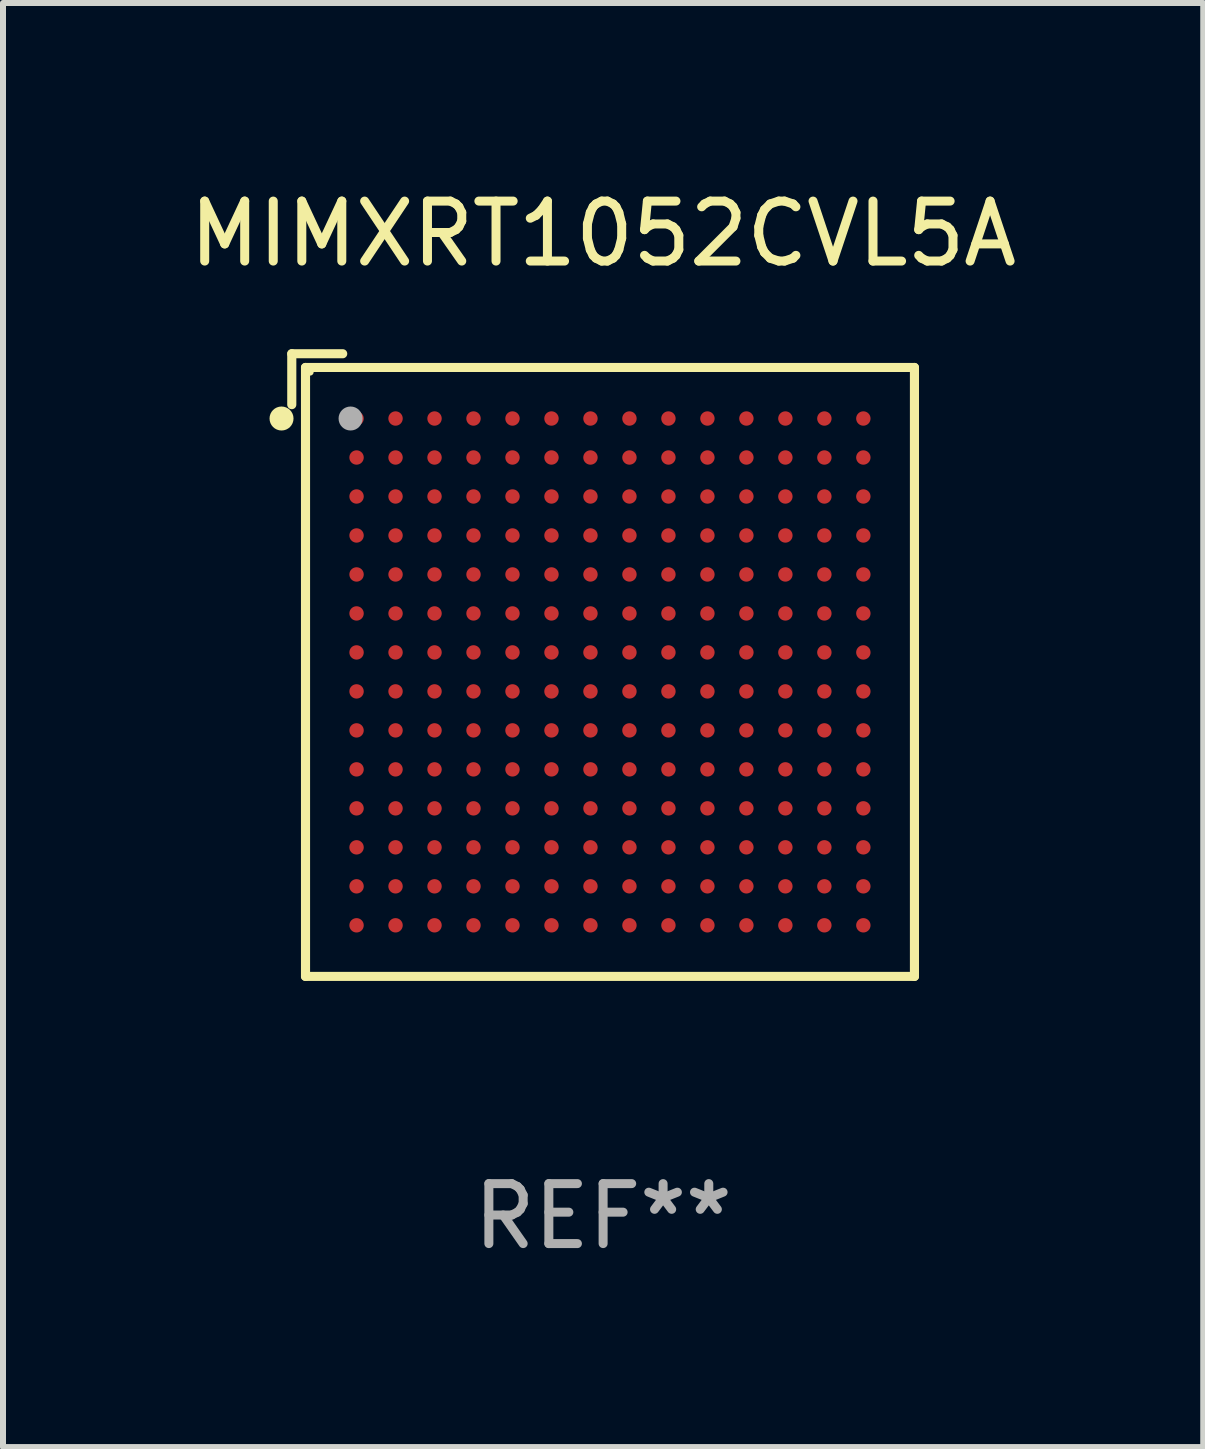
<source format=kicad_pcb>
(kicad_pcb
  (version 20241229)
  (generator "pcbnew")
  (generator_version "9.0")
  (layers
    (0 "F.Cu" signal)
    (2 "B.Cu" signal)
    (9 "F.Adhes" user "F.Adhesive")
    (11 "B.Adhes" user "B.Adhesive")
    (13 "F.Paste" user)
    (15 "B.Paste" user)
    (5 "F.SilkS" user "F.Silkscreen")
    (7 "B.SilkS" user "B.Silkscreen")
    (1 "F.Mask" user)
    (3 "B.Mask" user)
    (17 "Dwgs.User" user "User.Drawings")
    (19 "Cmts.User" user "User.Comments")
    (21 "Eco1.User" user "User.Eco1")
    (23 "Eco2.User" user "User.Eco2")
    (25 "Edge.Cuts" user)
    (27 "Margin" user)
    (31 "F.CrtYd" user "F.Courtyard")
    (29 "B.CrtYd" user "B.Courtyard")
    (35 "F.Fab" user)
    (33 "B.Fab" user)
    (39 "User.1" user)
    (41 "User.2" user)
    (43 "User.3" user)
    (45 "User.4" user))
  (footprint "MIMXRT1052CVL5A"
    (layer "F.Cu")
    (at 7.006 8.039)
    (property "Reference" "MIMXRT1052CVL5A" (at 0 -7.191 0) (layer "F.SilkS") (effects (font (size 1 1) (thickness 0.15))))
    (attr through_hole)
    (fp_line (start -5.191 -5.191) (end -5.191 -4.342) (stroke (width 0.152) (type solid)) (layer "F.SilkS"))
    (fp_line (start -4.962 -4.962) (end 5.191 -4.962) (stroke (width 0.152) (type solid)) (layer "F.SilkS"))
    (fp_line (start -4.962 5.191) (end -4.962 -4.962) (stroke (width 0.152) (type solid)) (layer "F.SilkS"))
    (fp_line (start -4.342 -5.191) (end -5.191 -5.191) (stroke (width 0.152) (type solid)) (layer "F.SilkS"))
    (fp_line (start 5.191 -4.962) (end 5.191 5.191) (stroke (width 0.152) (type solid)) (layer "F.SilkS"))
    (fp_line (start 5.191 5.191) (end -4.962 5.191) (stroke (width 0.152) (type solid)) (layer "F.SilkS"))
    (fp_circle (center -5.362 -4.111) (end -5.262 -4.111) (stroke (width 0.2) (type solid)) (fill no) (layer "F.SilkS"))
    (fp_circle (center -4.886 -4.886) (end -4.856 -4.886) (stroke (width 0.06) (type solid)) (fill no) (layer "F.SilkS"))
    (fp_circle (center -4.211 -4.111) (end -4.111 -4.111) (stroke (width 0.2) (type solid)) (fill no) (layer "F.Fab"))
    (fp_text user "REF**" (at 0 9.191 0) (layer "F.Fab") (effects (font (size 1 1) (thickness 0.15))))
    (pad "A1" smd circle (at -4.111 -4.111) (size 0.24 0.24) (layers "F.Cu" "F.Mask" "F.Paste"))
    (pad "A2" smd circle (at -3.461 -4.111) (size 0.24 0.24) (layers "F.Cu" "F.Mask" "F.Paste"))
    (pad "A3" smd circle (at -2.811 -4.111) (size 0.24 0.24) (layers "F.Cu" "F.Mask" "F.Paste"))
    (pad "A4" smd circle (at -2.161 -4.111) (size 0.24 0.24) (layers "F.Cu" "F.Mask" "F.Paste"))
    (pad "A5" smd circle (at -1.511 -4.111) (size 0.24 0.24) (layers "F.Cu" "F.Mask" "F.Paste"))
    (pad "A6" smd circle (at -0.861 -4.111) (size 0.24 0.24) (layers "F.Cu" "F.Mask" "F.Paste"))
    (pad "A7" smd circle (at -0.211 -4.111) (size 0.24 0.24) (layers "F.Cu" "F.Mask" "F.Paste"))
    (pad "A8" smd circle (at 0.439 -4.111) (size 0.24 0.24) (layers "F.Cu" "F.Mask" "F.Paste"))
    (pad "A9" smd circle (at 1.089 -4.111) (size 0.24 0.24) (layers "F.Cu" "F.Mask" "F.Paste"))
    (pad "A10" smd circle (at 1.739 -4.111) (size 0.24 0.24) (layers "F.Cu" "F.Mask" "F.Paste"))
    (pad "A11" smd circle (at 2.389 -4.111) (size 0.24 0.24) (layers "F.Cu" "F.Mask" "F.Paste"))
    (pad "A12" smd circle (at 3.039 -4.111) (size 0.24 0.24) (layers "F.Cu" "F.Mask" "F.Paste"))
    (pad "A13" smd circle (at 3.689 -4.111) (size 0.24 0.24) (layers "F.Cu" "F.Mask" "F.Paste"))
    (pad "A14" smd circle (at 4.339 -4.111) (size 0.24 0.24) (layers "F.Cu" "F.Mask" "F.Paste"))
    (pad "B1" smd circle (at -4.111 -3.461) (size 0.24 0.24) (layers "F.Cu" "F.Mask" "F.Paste"))
    (pad "B2" smd circle (at -3.461 -3.461) (size 0.24 0.24) (layers "F.Cu" "F.Mask" "F.Paste"))
    (pad "B3" smd circle (at -2.811 -3.461) (size 0.24 0.24) (layers "F.Cu" "F.Mask" "F.Paste"))
    (pad "B4" smd circle (at -2.161 -3.461) (size 0.24 0.24) (layers "F.Cu" "F.Mask" "F.Paste"))
    (pad "B5" smd circle (at -1.511 -3.461) (size 0.24 0.24) (layers "F.Cu" "F.Mask" "F.Paste"))
    (pad "B6" smd circle (at -0.861 -3.461) (size 0.24 0.24) (layers "F.Cu" "F.Mask" "F.Paste"))
    (pad "B7" smd circle (at -0.211 -3.461) (size 0.24 0.24) (layers "F.Cu" "F.Mask" "F.Paste"))
    (pad "B8" smd circle (at 0.439 -3.461) (size 0.24 0.24) (layers "F.Cu" "F.Mask" "F.Paste"))
    (pad "B9" smd circle (at 1.089 -3.461) (size 0.24 0.24) (layers "F.Cu" "F.Mask" "F.Paste"))
    (pad "B10" smd circle (at 1.739 -3.461) (size 0.24 0.24) (layers "F.Cu" "F.Mask" "F.Paste"))
    (pad "B11" smd circle (at 2.389 -3.461) (size 0.24 0.24) (layers "F.Cu" "F.Mask" "F.Paste"))
    (pad "B12" smd circle (at 3.039 -3.461) (size 0.24 0.24) (layers "F.Cu" "F.Mask" "F.Paste"))
    (pad "B13" smd circle (at 3.689 -3.461) (size 0.24 0.24) (layers "F.Cu" "F.Mask" "F.Paste"))
    (pad "B14" smd circle (at 4.339 -3.461) (size 0.24 0.24) (layers "F.Cu" "F.Mask" "F.Paste"))
    (pad "C1" smd circle (at -4.111 -2.811) (size 0.24 0.24) (layers "F.Cu" "F.Mask" "F.Paste"))
    (pad "C2" smd circle (at -3.461 -2.811) (size 0.24 0.24) (layers "F.Cu" "F.Mask" "F.Paste"))
    (pad "C3" smd circle (at -2.811 -2.811) (size 0.24 0.24) (layers "F.Cu" "F.Mask" "F.Paste"))
    (pad "C4" smd circle (at -2.161 -2.811) (size 0.24 0.24) (layers "F.Cu" "F.Mask" "F.Paste"))
    (pad "C5" smd circle (at -1.511 -2.811) (size 0.24 0.24) (layers "F.Cu" "F.Mask" "F.Paste"))
    (pad "C6" smd circle (at -0.861 -2.811) (size 0.24 0.24) (layers "F.Cu" "F.Mask" "F.Paste"))
    (pad "C7" smd circle (at -0.211 -2.811) (size 0.24 0.24) (layers "F.Cu" "F.Mask" "F.Paste"))
    (pad "C8" smd circle (at 0.439 -2.811) (size 0.24 0.24) (layers "F.Cu" "F.Mask" "F.Paste"))
    (pad "C9" smd circle (at 1.089 -2.811) (size 0.24 0.24) (layers "F.Cu" "F.Mask" "F.Paste"))
    (pad "C10" smd circle (at 1.739 -2.811) (size 0.24 0.24) (layers "F.Cu" "F.Mask" "F.Paste"))
    (pad "C11" smd circle (at 2.389 -2.811) (size 0.24 0.24) (layers "F.Cu" "F.Mask" "F.Paste"))
    (pad "C12" smd circle (at 3.039 -2.811) (size 0.24 0.24) (layers "F.Cu" "F.Mask" "F.Paste"))
    (pad "C13" smd circle (at 3.689 -2.811) (size 0.24 0.24) (layers "F.Cu" "F.Mask" "F.Paste"))
    (pad "C14" smd circle (at 4.339 -2.811) (size 0.24 0.24) (layers "F.Cu" "F.Mask" "F.Paste"))
    (pad "D1" smd circle (at -4.111 -2.161) (size 0.24 0.24) (layers "F.Cu" "F.Mask" "F.Paste"))
    (pad "D2" smd circle (at -3.461 -2.161) (size 0.24 0.24) (layers "F.Cu" "F.Mask" "F.Paste"))
    (pad "D3" smd circle (at -2.811 -2.161) (size 0.24 0.24) (layers "F.Cu" "F.Mask" "F.Paste"))
    (pad "D4" smd circle (at -2.161 -2.161) (size 0.24 0.24) (layers "F.Cu" "F.Mask" "F.Paste"))
    (pad "D5" smd circle (at -1.511 -2.161) (size 0.24 0.24) (layers "F.Cu" "F.Mask" "F.Paste"))
    (pad "D6" smd circle (at -0.861 -2.161) (size 0.24 0.24) (layers "F.Cu" "F.Mask" "F.Paste"))
    (pad "D7" smd circle (at -0.211 -2.161) (size 0.24 0.24) (layers "F.Cu" "F.Mask" "F.Paste"))
    (pad "D8" smd circle (at 0.439 -2.161) (size 0.24 0.24) (layers "F.Cu" "F.Mask" "F.Paste"))
    (pad "D9" smd circle (at 1.089 -2.161) (size 0.24 0.24) (layers "F.Cu" "F.Mask" "F.Paste"))
    (pad "D10" smd circle (at 1.739 -2.161) (size 0.24 0.24) (layers "F.Cu" "F.Mask" "F.Paste"))
    (pad "D11" smd circle (at 2.389 -2.161) (size 0.24 0.24) (layers "F.Cu" "F.Mask" "F.Paste"))
    (pad "D12" smd circle (at 3.039 -2.161) (size 0.24 0.24) (layers "F.Cu" "F.Mask" "F.Paste"))
    (pad "D13" smd circle (at 3.689 -2.161) (size 0.24 0.24) (layers "F.Cu" "F.Mask" "F.Paste"))
    (pad "D14" smd circle (at 4.339 -2.161) (size 0.24 0.24) (layers "F.Cu" "F.Mask" "F.Paste"))
    (pad "E1" smd circle (at -4.111 -1.511) (size 0.24 0.24) (layers "F.Cu" "F.Mask" "F.Paste"))
    (pad "E2" smd circle (at -3.461 -1.511) (size 0.24 0.24) (layers "F.Cu" "F.Mask" "F.Paste"))
    (pad "E3" smd circle (at -2.811 -1.511) (size 0.24 0.24) (layers "F.Cu" "F.Mask" "F.Paste"))
    (pad "E4" smd circle (at -2.161 -1.511) (size 0.24 0.24) (layers "F.Cu" "F.Mask" "F.Paste"))
    (pad "E5" smd circle (at -1.511 -1.511) (size 0.24 0.24) (layers "F.Cu" "F.Mask" "F.Paste"))
    (pad "E6" smd circle (at -0.861 -1.511) (size 0.24 0.24) (layers "F.Cu" "F.Mask" "F.Paste"))
    (pad "E7" smd circle (at -0.211 -1.511) (size 0.24 0.24) (layers "F.Cu" "F.Mask" "F.Paste"))
    (pad "E8" smd circle (at 0.439 -1.511) (size 0.24 0.24) (layers "F.Cu" "F.Mask" "F.Paste"))
    (pad "E9" smd circle (at 1.089 -1.511) (size 0.24 0.24) (layers "F.Cu" "F.Mask" "F.Paste"))
    (pad "E10" smd circle (at 1.739 -1.511) (size 0.24 0.24) (layers "F.Cu" "F.Mask" "F.Paste"))
    (pad "E11" smd circle (at 2.389 -1.511) (size 0.24 0.24) (layers "F.Cu" "F.Mask" "F.Paste"))
    (pad "E12" smd circle (at 3.039 -1.511) (size 0.24 0.24) (layers "F.Cu" "F.Mask" "F.Paste"))
    (pad "E13" smd circle (at 3.689 -1.511) (size 0.24 0.24) (layers "F.Cu" "F.Mask" "F.Paste"))
    (pad "E14" smd circle (at 4.339 -1.511) (size 0.24 0.24) (layers "F.Cu" "F.Mask" "F.Paste"))
    (pad "F1" smd circle (at -4.111 -0.861) (size 0.24 0.24) (layers "F.Cu" "F.Mask" "F.Paste"))
    (pad "F2" smd circle (at -3.461 -0.861) (size 0.24 0.24) (layers "F.Cu" "F.Mask" "F.Paste"))
    (pad "F3" smd circle (at -2.811 -0.861) (size 0.24 0.24) (layers "F.Cu" "F.Mask" "F.Paste"))
    (pad "F4" smd circle (at -2.161 -0.861) (size 0.24 0.24) (layers "F.Cu" "F.Mask" "F.Paste"))
    (pad "F5" smd circle (at -1.511 -0.861) (size 0.24 0.24) (layers "F.Cu" "F.Mask" "F.Paste"))
    (pad "F6" smd circle (at -0.861 -0.861) (size 0.24 0.24) (layers "F.Cu" "F.Mask" "F.Paste"))
    (pad "F7" smd circle (at -0.211 -0.861) (size 0.24 0.24) (layers "F.Cu" "F.Mask" "F.Paste"))
    (pad "F8" smd circle (at 0.439 -0.861) (size 0.24 0.24) (layers "F.Cu" "F.Mask" "F.Paste"))
    (pad "F9" smd circle (at 1.089 -0.861) (size 0.24 0.24) (layers "F.Cu" "F.Mask" "F.Paste"))
    (pad "F10" smd circle (at 1.739 -0.861) (size 0.24 0.24) (layers "F.Cu" "F.Mask" "F.Paste"))
    (pad "F11" smd circle (at 2.389 -0.861) (size 0.24 0.24) (layers "F.Cu" "F.Mask" "F.Paste"))
    (pad "F12" smd circle (at 3.039 -0.861) (size 0.24 0.24) (layers "F.Cu" "F.Mask" "F.Paste"))
    (pad "F13" smd circle (at 3.689 -0.861) (size 0.24 0.24) (layers "F.Cu" "F.Mask" "F.Paste"))
    (pad "F14" smd circle (at 4.339 -0.861) (size 0.24 0.24) (layers "F.Cu" "F.Mask" "F.Paste"))
    (pad "G1" smd circle (at -4.111 -0.211) (size 0.24 0.24) (layers "F.Cu" "F.Mask" "F.Paste"))
    (pad "G2" smd circle (at -3.461 -0.211) (size 0.24 0.24) (layers "F.Cu" "F.Mask" "F.Paste"))
    (pad "G3" smd circle (at -2.811 -0.211) (size 0.24 0.24) (layers "F.Cu" "F.Mask" "F.Paste"))
    (pad "G4" smd circle (at -2.161 -0.211) (size 0.24 0.24) (layers "F.Cu" "F.Mask" "F.Paste"))
    (pad "G5" smd circle (at -1.511 -0.211) (size 0.24 0.24) (layers "F.Cu" "F.Mask" "F.Paste"))
    (pad "G6" smd circle (at -0.861 -0.211) (size 0.24 0.24) (layers "F.Cu" "F.Mask" "F.Paste"))
    (pad "G7" smd circle (at -0.211 -0.211) (size 0.24 0.24) (layers "F.Cu" "F.Mask" "F.Paste"))
    (pad "G8" smd circle (at 0.439 -0.211) (size 0.24 0.24) (layers "F.Cu" "F.Mask" "F.Paste"))
    (pad "G9" smd circle (at 1.089 -0.211) (size 0.24 0.24) (layers "F.Cu" "F.Mask" "F.Paste"))
    (pad "G10" smd circle (at 1.739 -0.211) (size 0.24 0.24) (layers "F.Cu" "F.Mask" "F.Paste"))
    (pad "G11" smd circle (at 2.389 -0.211) (size 0.24 0.24) (layers "F.Cu" "F.Mask" "F.Paste"))
    (pad "G12" smd circle (at 3.039 -0.211) (size 0.24 0.24) (layers "F.Cu" "F.Mask" "F.Paste"))
    (pad "G13" smd circle (at 3.689 -0.211) (size 0.24 0.24) (layers "F.Cu" "F.Mask" "F.Paste"))
    (pad "G14" smd circle (at 4.339 -0.211) (size 0.24 0.24) (layers "F.Cu" "F.Mask" "F.Paste"))
    (pad "H1" smd circle (at -4.111 0.439) (size 0.24 0.24) (layers "F.Cu" "F.Mask" "F.Paste"))
    (pad "H2" smd circle (at -3.461 0.439) (size 0.24 0.24) (layers "F.Cu" "F.Mask" "F.Paste"))
    (pad "H3" smd circle (at -2.811 0.439) (size 0.24 0.24) (layers "F.Cu" "F.Mask" "F.Paste"))
    (pad "H4" smd circle (at -2.161 0.439) (size 0.24 0.24) (layers "F.Cu" "F.Mask" "F.Paste"))
    (pad "H5" smd circle (at -1.511 0.439) (size 0.24 0.24) (layers "F.Cu" "F.Mask" "F.Paste"))
    (pad "H6" smd circle (at -0.861 0.439) (size 0.24 0.24) (layers "F.Cu" "F.Mask" "F.Paste"))
    (pad "H7" smd circle (at -0.211 0.439) (size 0.24 0.24) (layers "F.Cu" "F.Mask" "F.Paste"))
    (pad "H8" smd circle (at 0.439 0.439) (size 0.24 0.24) (layers "F.Cu" "F.Mask" "F.Paste"))
    (pad "H9" smd circle (at 1.089 0.439) (size 0.24 0.24) (layers "F.Cu" "F.Mask" "F.Paste"))
    (pad "H10" smd circle (at 1.739 0.439) (size 0.24 0.24) (layers "F.Cu" "F.Mask" "F.Paste"))
    (pad "H11" smd circle (at 2.389 0.439) (size 0.24 0.24) (layers "F.Cu" "F.Mask" "F.Paste"))
    (pad "H12" smd circle (at 3.039 0.439) (size 0.24 0.24) (layers "F.Cu" "F.Mask" "F.Paste"))
    (pad "H13" smd circle (at 3.689 0.439) (size 0.24 0.24) (layers "F.Cu" "F.Mask" "F.Paste"))
    (pad "H14" smd circle (at 4.339 0.439) (size 0.24 0.24) (layers "F.Cu" "F.Mask" "F.Paste"))
    (pad "J1" smd circle (at -4.111 1.089) (size 0.24 0.24) (layers "F.Cu" "F.Mask" "F.Paste"))
    (pad "J2" smd circle (at -3.461 1.089) (size 0.24 0.24) (layers "F.Cu" "F.Mask" "F.Paste"))
    (pad "J3" smd circle (at -2.811 1.089) (size 0.24 0.24) (layers "F.Cu" "F.Mask" "F.Paste"))
    (pad "J4" smd circle (at -2.161 1.089) (size 0.24 0.24) (layers "F.Cu" "F.Mask" "F.Paste"))
    (pad "J5" smd circle (at -1.511 1.089) (size 0.24 0.24) (layers "F.Cu" "F.Mask" "F.Paste"))
    (pad "J6" smd circle (at -0.861 1.089) (size 0.24 0.24) (layers "F.Cu" "F.Mask" "F.Paste"))
    (pad "J7" smd circle (at -0.211 1.089) (size 0.24 0.24) (layers "F.Cu" "F.Mask" "F.Paste"))
    (pad "J8" smd circle (at 0.439 1.089) (size 0.24 0.24) (layers "F.Cu" "F.Mask" "F.Paste"))
    (pad "J9" smd circle (at 1.089 1.089) (size 0.24 0.24) (layers "F.Cu" "F.Mask" "F.Paste"))
    (pad "J10" smd circle (at 1.739 1.089) (size 0.24 0.24) (layers "F.Cu" "F.Mask" "F.Paste"))
    (pad "J11" smd circle (at 2.389 1.089) (size 0.24 0.24) (layers "F.Cu" "F.Mask" "F.Paste"))
    (pad "J12" smd circle (at 3.039 1.089) (size 0.24 0.24) (layers "F.Cu" "F.Mask" "F.Paste"))
    (pad "J13" smd circle (at 3.689 1.089) (size 0.24 0.24) (layers "F.Cu" "F.Mask" "F.Paste"))
    (pad "J14" smd circle (at 4.339 1.089) (size 0.24 0.24) (layers "F.Cu" "F.Mask" "F.Paste"))
    (pad "K1" smd circle (at -4.111 1.739) (size 0.24 0.24) (layers "F.Cu" "F.Mask" "F.Paste"))
    (pad "K2" smd circle (at -3.461 1.739) (size 0.24 0.24) (layers "F.Cu" "F.Mask" "F.Paste"))
    (pad "K3" smd circle (at -2.811 1.739) (size 0.24 0.24) (layers "F.Cu" "F.Mask" "F.Paste"))
    (pad "K4" smd circle (at -2.161 1.739) (size 0.24 0.24) (layers "F.Cu" "F.Mask" "F.Paste"))
    (pad "K5" smd circle (at -1.511 1.739) (size 0.24 0.24) (layers "F.Cu" "F.Mask" "F.Paste"))
    (pad "K6" smd circle (at -0.861 1.739) (size 0.24 0.24) (layers "F.Cu" "F.Mask" "F.Paste"))
    (pad "K7" smd circle (at -0.211 1.739) (size 0.24 0.24) (layers "F.Cu" "F.Mask" "F.Paste"))
    (pad "K8" smd circle (at 0.439 1.739) (size 0.24 0.24) (layers "F.Cu" "F.Mask" "F.Paste"))
    (pad "K9" smd circle (at 1.089 1.739) (size 0.24 0.24) (layers "F.Cu" "F.Mask" "F.Paste"))
    (pad "K10" smd circle (at 1.739 1.739) (size 0.24 0.24) (layers "F.Cu" "F.Mask" "F.Paste"))
    (pad "K11" smd circle (at 2.389 1.739) (size 0.24 0.24) (layers "F.Cu" "F.Mask" "F.Paste"))
    (pad "K12" smd circle (at 3.039 1.739) (size 0.24 0.24) (layers "F.Cu" "F.Mask" "F.Paste"))
    (pad "K13" smd circle (at 3.689 1.739) (size 0.24 0.24) (layers "F.Cu" "F.Mask" "F.Paste"))
    (pad "K14" smd circle (at 4.339 1.739) (size 0.24 0.24) (layers "F.Cu" "F.Mask" "F.Paste"))
    (pad "L1" smd circle (at -4.111 2.389) (size 0.24 0.24) (layers "F.Cu" "F.Mask" "F.Paste"))
    (pad "L2" smd circle (at -3.461 2.389) (size 0.24 0.24) (layers "F.Cu" "F.Mask" "F.Paste"))
    (pad "L3" smd circle (at -2.811 2.389) (size 0.24 0.24) (layers "F.Cu" "F.Mask" "F.Paste"))
    (pad "L4" smd circle (at -2.161 2.389) (size 0.24 0.24) (layers "F.Cu" "F.Mask" "F.Paste"))
    (pad "L5" smd circle (at -1.511 2.389) (size 0.24 0.24) (layers "F.Cu" "F.Mask" "F.Paste"))
    (pad "L6" smd circle (at -0.861 2.389) (size 0.24 0.24) (layers "F.Cu" "F.Mask" "F.Paste"))
    (pad "L7" smd circle (at -0.211 2.389) (size 0.24 0.24) (layers "F.Cu" "F.Mask" "F.Paste"))
    (pad "L8" smd circle (at 0.439 2.389) (size 0.24 0.24) (layers "F.Cu" "F.Mask" "F.Paste"))
    (pad "L9" smd circle (at 1.089 2.389) (size 0.24 0.24) (layers "F.Cu" "F.Mask" "F.Paste"))
    (pad "L10" smd circle (at 1.739 2.389) (size 0.24 0.24) (layers "F.Cu" "F.Mask" "F.Paste"))
    (pad "L11" smd circle (at 2.389 2.389) (size 0.24 0.24) (layers "F.Cu" "F.Mask" "F.Paste"))
    (pad "L12" smd circle (at 3.039 2.389) (size 0.24 0.24) (layers "F.Cu" "F.Mask" "F.Paste"))
    (pad "L13" smd circle (at 3.689 2.389) (size 0.24 0.24) (layers "F.Cu" "F.Mask" "F.Paste"))
    (pad "L14" smd circle (at 4.339 2.389) (size 0.24 0.24) (layers "F.Cu" "F.Mask" "F.Paste"))
    (pad "M1" smd circle (at -4.111 3.039) (size 0.24 0.24) (layers "F.Cu" "F.Mask" "F.Paste"))
    (pad "M2" smd circle (at -3.461 3.039) (size 0.24 0.24) (layers "F.Cu" "F.Mask" "F.Paste"))
    (pad "M3" smd circle (at -2.811 3.039) (size 0.24 0.24) (layers "F.Cu" "F.Mask" "F.Paste"))
    (pad "M4" smd circle (at -2.161 3.039) (size 0.24 0.24) (layers "F.Cu" "F.Mask" "F.Paste"))
    (pad "M5" smd circle (at -1.511 3.039) (size 0.24 0.24) (layers "F.Cu" "F.Mask" "F.Paste"))
    (pad "M6" smd circle (at -0.861 3.039) (size 0.24 0.24) (layers "F.Cu" "F.Mask" "F.Paste"))
    (pad "M7" smd circle (at -0.211 3.039) (size 0.24 0.24) (layers "F.Cu" "F.Mask" "F.Paste"))
    (pad "M8" smd circle (at 0.439 3.039) (size 0.24 0.24) (layers "F.Cu" "F.Mask" "F.Paste"))
    (pad "M9" smd circle (at 1.089 3.039) (size 0.24 0.24) (layers "F.Cu" "F.Mask" "F.Paste"))
    (pad "M10" smd circle (at 1.739 3.039) (size 0.24 0.24) (layers "F.Cu" "F.Mask" "F.Paste"))
    (pad "M11" smd circle (at 2.389 3.039) (size 0.24 0.24) (layers "F.Cu" "F.Mask" "F.Paste"))
    (pad "M12" smd circle (at 3.039 3.039) (size 0.24 0.24) (layers "F.Cu" "F.Mask" "F.Paste"))
    (pad "M13" smd circle (at 3.689 3.039) (size 0.24 0.24) (layers "F.Cu" "F.Mask" "F.Paste"))
    (pad "M14" smd circle (at 4.339 3.039) (size 0.24 0.24) (layers "F.Cu" "F.Mask" "F.Paste"))
    (pad "N1" smd circle (at -4.111 3.689) (size 0.24 0.24) (layers "F.Cu" "F.Mask" "F.Paste"))
    (pad "N2" smd circle (at -3.461 3.689) (size 0.24 0.24) (layers "F.Cu" "F.Mask" "F.Paste"))
    (pad "N3" smd circle (at -2.811 3.689) (size 0.24 0.24) (layers "F.Cu" "F.Mask" "F.Paste"))
    (pad "N4" smd circle (at -2.161 3.689) (size 0.24 0.24) (layers "F.Cu" "F.Mask" "F.Paste"))
    (pad "N5" smd circle (at -1.511 3.689) (size 0.24 0.24) (layers "F.Cu" "F.Mask" "F.Paste"))
    (pad "N6" smd circle (at -0.861 3.689) (size 0.24 0.24) (layers "F.Cu" "F.Mask" "F.Paste"))
    (pad "N7" smd circle (at -0.211 3.689) (size 0.24 0.24) (layers "F.Cu" "F.Mask" "F.Paste"))
    (pad "N8" smd circle (at 0.439 3.689) (size 0.24 0.24) (layers "F.Cu" "F.Mask" "F.Paste"))
    (pad "N9" smd circle (at 1.089 3.689) (size 0.24 0.24) (layers "F.Cu" "F.Mask" "F.Paste"))
    (pad "N10" smd circle (at 1.739 3.689) (size 0.24 0.24) (layers "F.Cu" "F.Mask" "F.Paste"))
    (pad "N11" smd circle (at 2.389 3.689) (size 0.24 0.24) (layers "F.Cu" "F.Mask" "F.Paste"))
    (pad "N12" smd circle (at 3.039 3.689) (size 0.24 0.24) (layers "F.Cu" "F.Mask" "F.Paste"))
    (pad "N13" smd circle (at 3.689 3.689) (size 0.24 0.24) (layers "F.Cu" "F.Mask" "F.Paste"))
    (pad "N14" smd circle (at 4.339 3.689) (size 0.24 0.24) (layers "F.Cu" "F.Mask" "F.Paste"))
    (pad "P1" smd circle (at -4.111 4.339) (size 0.24 0.24) (layers "F.Cu" "F.Mask" "F.Paste"))
    (pad "P2" smd circle (at -3.461 4.339) (size 0.24 0.24) (layers "F.Cu" "F.Mask" "F.Paste"))
    (pad "P3" smd circle (at -2.811 4.339) (size 0.24 0.24) (layers "F.Cu" "F.Mask" "F.Paste"))
    (pad "P4" smd circle (at -2.161 4.339) (size 0.24 0.24) (layers "F.Cu" "F.Mask" "F.Paste"))
    (pad "P5" smd circle (at -1.511 4.339) (size 0.24 0.24) (layers "F.Cu" "F.Mask" "F.Paste"))
    (pad "P6" smd circle (at -0.861 4.339) (size 0.24 0.24) (layers "F.Cu" "F.Mask" "F.Paste"))
    (pad "P7" smd circle (at -0.211 4.339) (size 0.24 0.24) (layers "F.Cu" "F.Mask" "F.Paste"))
    (pad "P8" smd circle (at 0.439 4.339) (size 0.24 0.24) (layers "F.Cu" "F.Mask" "F.Paste"))
    (pad "P9" smd circle (at 1.089 4.339) (size 0.24 0.24) (layers "F.Cu" "F.Mask" "F.Paste"))
    (pad "P10" smd circle (at 1.739 4.339) (size 0.24 0.24) (layers "F.Cu" "F.Mask" "F.Paste"))
    (pad "P11" smd circle (at 2.389 4.339) (size 0.24 0.24) (layers "F.Cu" "F.Mask" "F.Paste"))
    (pad "P12" smd circle (at 3.039 4.339) (size 0.24 0.24) (layers "F.Cu" "F.Mask" "F.Paste"))
    (pad "P13" smd circle (at 3.689 4.339) (size 0.24 0.24) (layers "F.Cu" "F.Mask" "F.Paste"))
    (pad "P14" smd circle (at 4.339 4.339) (size 0.24 0.24) (layers "F.Cu" "F.Mask" "F.Paste")))
  (gr_rect
    (start -3 -3)
    (end 17.012 21.078)
    (stroke (width 0.1) (type default))
    (fill no)
    (layer "Edge.Cuts")))
</source>
